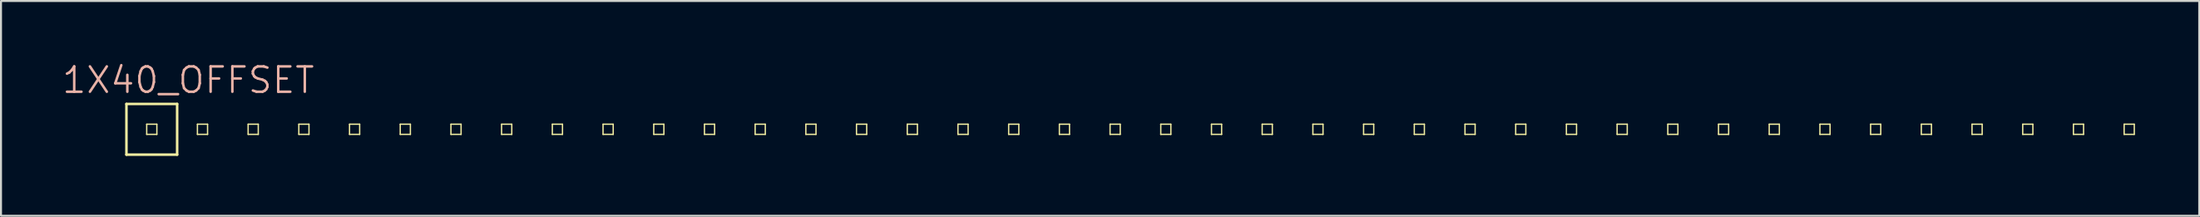
<source format=kicad_pcb>
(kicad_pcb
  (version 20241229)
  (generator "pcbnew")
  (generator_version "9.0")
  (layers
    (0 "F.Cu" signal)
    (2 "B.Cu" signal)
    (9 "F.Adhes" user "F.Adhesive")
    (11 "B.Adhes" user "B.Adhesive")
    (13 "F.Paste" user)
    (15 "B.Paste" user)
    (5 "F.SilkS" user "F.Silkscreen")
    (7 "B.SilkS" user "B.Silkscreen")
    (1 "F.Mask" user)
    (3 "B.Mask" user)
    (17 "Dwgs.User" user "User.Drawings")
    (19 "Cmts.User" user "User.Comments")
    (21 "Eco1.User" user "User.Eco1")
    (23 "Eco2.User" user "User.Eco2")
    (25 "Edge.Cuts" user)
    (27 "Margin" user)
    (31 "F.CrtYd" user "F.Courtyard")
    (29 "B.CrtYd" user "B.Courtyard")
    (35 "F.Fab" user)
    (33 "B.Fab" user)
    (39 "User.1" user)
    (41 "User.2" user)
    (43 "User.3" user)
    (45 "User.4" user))
  (footprint "1X40_OFFSET"
    (layer "F.Cu")
    (at 4.554 3.43)
    (property "Reference" "1X40_OFFSET" (at 1.829 -2.464 0) (layer "B.SilkS") (effects (font (size 1.27 1.27) (thickness 0.127))))
    (attr exclude_from_pos_files exclude_from_bom)
    (fp_line (start -1.27 -1.27) (end -1.27 1.27) (stroke (width 0.127) (type solid)) (layer "F.SilkS"))
    (fp_line (start -1.27 1.27) (end 1.27 1.27) (stroke (width 0.127) (type solid)) (layer "F.SilkS"))
    (fp_line (start -0.254 -0.254) (end 0.254 -0.254) (stroke (width 0.066) (type solid)) (layer "F.SilkS"))
    (fp_line (start -0.254 0.254) (end -0.254 -0.254) (stroke (width 0.066) (type solid)) (layer "F.SilkS"))
    (fp_line (start -0.254 0.254) (end 0.254 0.254) (stroke (width 0.066) (type solid)) (layer "F.SilkS"))
    (fp_line (start 0.254 0.254) (end 0.254 -0.254) (stroke (width 0.066) (type solid)) (layer "F.SilkS"))
    (fp_line (start 1.27 -1.27) (end -1.27 -1.27) (stroke (width 0.127) (type solid)) (layer "F.SilkS"))
    (fp_line (start 1.27 1.27) (end 1.27 -1.27) (stroke (width 0.127) (type solid)) (layer "F.SilkS"))
    (fp_line (start 2.286 -0.254) (end 2.794 -0.254) (stroke (width 0.066) (type solid)) (layer "F.SilkS"))
    (fp_line (start 2.286 0.254) (end 2.286 -0.254) (stroke (width 0.066) (type solid)) (layer "F.SilkS"))
    (fp_line (start 2.286 0.254) (end 2.794 0.254) (stroke (width 0.066) (type solid)) (layer "F.SilkS"))
    (fp_line (start 2.794 0.254) (end 2.794 -0.254) (stroke (width 0.066) (type solid)) (layer "F.SilkS"))
    (fp_line (start 4.826 -0.254) (end 5.334 -0.254) (stroke (width 0.066) (type solid)) (layer "F.SilkS"))
    (fp_line (start 4.826 0.254) (end 4.826 -0.254) (stroke (width 0.066) (type solid)) (layer "F.SilkS"))
    (fp_line (start 4.826 0.254) (end 5.334 0.254) (stroke (width 0.066) (type solid)) (layer "F.SilkS"))
    (fp_line (start 5.334 0.254) (end 5.334 -0.254) (stroke (width 0.066) (type solid)) (layer "F.SilkS"))
    (fp_line (start 7.366 -0.254) (end 7.874 -0.254) (stroke (width 0.066) (type solid)) (layer "F.SilkS"))
    (fp_line (start 7.366 0.254) (end 7.366 -0.254) (stroke (width 0.066) (type solid)) (layer "F.SilkS"))
    (fp_line (start 7.366 0.254) (end 7.874 0.254) (stroke (width 0.066) (type solid)) (layer "F.SilkS"))
    (fp_line (start 7.874 0.254) (end 7.874 -0.254) (stroke (width 0.066) (type solid)) (layer "F.SilkS"))
    (fp_line (start 9.906 -0.254) (end 10.414 -0.254) (stroke (width 0.066) (type solid)) (layer "F.SilkS"))
    (fp_line (start 9.906 0.254) (end 9.906 -0.254) (stroke (width 0.066) (type solid)) (layer "F.SilkS"))
    (fp_line (start 9.906 0.254) (end 10.414 0.254) (stroke (width 0.066) (type solid)) (layer "F.SilkS"))
    (fp_line (start 10.414 0.254) (end 10.414 -0.254) (stroke (width 0.066) (type solid)) (layer "F.SilkS"))
    (fp_line (start 12.446 -0.254) (end 12.954 -0.254) (stroke (width 0.066) (type solid)) (layer "F.SilkS"))
    (fp_line (start 12.446 0.254) (end 12.446 -0.254) (stroke (width 0.066) (type solid)) (layer "F.SilkS"))
    (fp_line (start 12.446 0.254) (end 12.954 0.254) (stroke (width 0.066) (type solid)) (layer "F.SilkS"))
    (fp_line (start 12.954 0.254) (end 12.954 -0.254) (stroke (width 0.066) (type solid)) (layer "F.SilkS"))
    (fp_line (start 14.986 -0.254) (end 15.494 -0.254) (stroke (width 0.066) (type solid)) (layer "F.SilkS"))
    (fp_line (start 14.986 0.254) (end 14.986 -0.254) (stroke (width 0.066) (type solid)) (layer "F.SilkS"))
    (fp_line (start 14.986 0.254) (end 15.494 0.254) (stroke (width 0.066) (type solid)) (layer "F.SilkS"))
    (fp_line (start 15.494 0.254) (end 15.494 -0.254) (stroke (width 0.066) (type solid)) (layer "F.SilkS"))
    (fp_line (start 17.523 -0.254) (end 18.034 -0.254) (stroke (width 0.066) (type solid)) (layer "F.SilkS"))
    (fp_line (start 17.523 0.254) (end 17.523 -0.254) (stroke (width 0.066) (type solid)) (layer "F.SilkS"))
    (fp_line (start 17.523 0.254) (end 18.034 0.254) (stroke (width 0.066) (type solid)) (layer "F.SilkS"))
    (fp_line (start 18.034 0.254) (end 18.034 -0.254) (stroke (width 0.066) (type solid)) (layer "F.SilkS"))
    (fp_line (start 20.066 -0.254) (end 20.574 -0.254) (stroke (width 0.066) (type solid)) (layer "F.SilkS"))
    (fp_line (start 20.066 0.254) (end 20.066 -0.254) (stroke (width 0.066) (type solid)) (layer "F.SilkS"))
    (fp_line (start 20.066 0.254) (end 20.574 0.254) (stroke (width 0.066) (type solid)) (layer "F.SilkS"))
    (fp_line (start 20.574 0.254) (end 20.574 -0.254) (stroke (width 0.066) (type solid)) (layer "F.SilkS"))
    (fp_line (start 22.606 -0.254) (end 23.114 -0.254) (stroke (width 0.066) (type solid)) (layer "F.SilkS"))
    (fp_line (start 22.606 0.254) (end 22.606 -0.254) (stroke (width 0.066) (type solid)) (layer "F.SilkS"))
    (fp_line (start 22.606 0.254) (end 23.114 0.254) (stroke (width 0.066) (type solid)) (layer "F.SilkS"))
    (fp_line (start 23.114 0.254) (end 23.114 -0.254) (stroke (width 0.066) (type solid)) (layer "F.SilkS"))
    (fp_line (start 25.146 -0.254) (end 25.654 -0.254) (stroke (width 0.066) (type solid)) (layer "F.SilkS"))
    (fp_line (start 25.146 0.254) (end 25.146 -0.254) (stroke (width 0.066) (type solid)) (layer "F.SilkS"))
    (fp_line (start 25.146 0.254) (end 25.654 0.254) (stroke (width 0.066) (type solid)) (layer "F.SilkS"))
    (fp_line (start 25.654 0.254) (end 25.654 -0.254) (stroke (width 0.066) (type solid)) (layer "F.SilkS"))
    (fp_line (start 27.686 -0.254) (end 28.194 -0.254) (stroke (width 0.066) (type solid)) (layer "F.SilkS"))
    (fp_line (start 27.686 0.254) (end 27.686 -0.254) (stroke (width 0.066) (type solid)) (layer "F.SilkS"))
    (fp_line (start 27.686 0.254) (end 28.194 0.254) (stroke (width 0.066) (type solid)) (layer "F.SilkS"))
    (fp_line (start 28.194 0.254) (end 28.194 -0.254) (stroke (width 0.066) (type solid)) (layer "F.SilkS"))
    (fp_line (start 30.226 -0.254) (end 30.734 -0.254) (stroke (width 0.066) (type solid)) (layer "F.SilkS"))
    (fp_line (start 30.226 0.254) (end 30.226 -0.254) (stroke (width 0.066) (type solid)) (layer "F.SilkS"))
    (fp_line (start 30.226 0.254) (end 30.734 0.254) (stroke (width 0.066) (type solid)) (layer "F.SilkS"))
    (fp_line (start 30.734 0.254) (end 30.734 -0.254) (stroke (width 0.066) (type solid)) (layer "F.SilkS"))
    (fp_line (start 32.766 -0.254) (end 33.274 -0.254) (stroke (width 0.066) (type solid)) (layer "F.SilkS"))
    (fp_line (start 32.766 0.254) (end 32.766 -0.254) (stroke (width 0.066) (type solid)) (layer "F.SilkS"))
    (fp_line (start 32.766 0.254) (end 33.274 0.254) (stroke (width 0.066) (type solid)) (layer "F.SilkS"))
    (fp_line (start 33.274 0.254) (end 33.274 -0.254) (stroke (width 0.066) (type solid)) (layer "F.SilkS"))
    (fp_line (start 35.303 -0.254) (end 35.814 -0.254) (stroke (width 0.066) (type solid)) (layer "F.SilkS"))
    (fp_line (start 35.303 0.254) (end 35.303 -0.254) (stroke (width 0.066) (type solid)) (layer "F.SilkS"))
    (fp_line (start 35.303 0.254) (end 35.814 0.254) (stroke (width 0.066) (type solid)) (layer "F.SilkS"))
    (fp_line (start 35.814 0.254) (end 35.814 -0.254) (stroke (width 0.066) (type solid)) (layer "F.SilkS"))
    (fp_line (start 37.846 -0.254) (end 38.354 -0.254) (stroke (width 0.066) (type solid)) (layer "F.SilkS"))
    (fp_line (start 37.846 0.254) (end 37.846 -0.254) (stroke (width 0.066) (type solid)) (layer "F.SilkS"))
    (fp_line (start 37.846 0.254) (end 38.354 0.254) (stroke (width 0.066) (type solid)) (layer "F.SilkS"))
    (fp_line (start 38.354 0.254) (end 38.354 -0.254) (stroke (width 0.066) (type solid)) (layer "F.SilkS"))
    (fp_line (start 40.386 -0.254) (end 40.894 -0.254) (stroke (width 0.066) (type solid)) (layer "F.SilkS"))
    (fp_line (start 40.386 0.254) (end 40.386 -0.254) (stroke (width 0.066) (type solid)) (layer "F.SilkS"))
    (fp_line (start 40.386 0.254) (end 40.894 0.254) (stroke (width 0.066) (type solid)) (layer "F.SilkS"))
    (fp_line (start 40.894 0.254) (end 40.894 -0.254) (stroke (width 0.066) (type solid)) (layer "F.SilkS"))
    (fp_line (start 42.926 -0.254) (end 43.434 -0.254) (stroke (width 0.066) (type solid)) (layer "F.SilkS"))
    (fp_line (start 42.926 0.254) (end 42.926 -0.254) (stroke (width 0.066) (type solid)) (layer "F.SilkS"))
    (fp_line (start 42.926 0.254) (end 43.434 0.254) (stroke (width 0.066) (type solid)) (layer "F.SilkS"))
    (fp_line (start 43.434 0.254) (end 43.434 -0.254) (stroke (width 0.066) (type solid)) (layer "F.SilkS"))
    (fp_line (start 45.466 -0.254) (end 45.974 -0.254) (stroke (width 0.066) (type solid)) (layer "F.SilkS"))
    (fp_line (start 45.466 0.254) (end 45.466 -0.254) (stroke (width 0.066) (type solid)) (layer "F.SilkS"))
    (fp_line (start 45.466 0.254) (end 45.974 0.254) (stroke (width 0.066) (type solid)) (layer "F.SilkS"))
    (fp_line (start 45.974 0.254) (end 45.974 -0.254) (stroke (width 0.066) (type solid)) (layer "F.SilkS"))
    (fp_line (start 48.006 -0.254) (end 48.514 -0.254) (stroke (width 0.066) (type solid)) (layer "F.SilkS"))
    (fp_line (start 48.006 0.254) (end 48.006 -0.254) (stroke (width 0.066) (type solid)) (layer "F.SilkS"))
    (fp_line (start 48.006 0.254) (end 48.514 0.254) (stroke (width 0.066) (type solid)) (layer "F.SilkS"))
    (fp_line (start 48.514 0.254) (end 48.514 -0.254) (stroke (width 0.066) (type solid)) (layer "F.SilkS"))
    (fp_line (start 50.546 -0.254) (end 51.051 -0.254) (stroke (width 0.066) (type solid)) (layer "F.SilkS"))
    (fp_line (start 50.546 0.254) (end 50.546 -0.254) (stroke (width 0.066) (type solid)) (layer "F.SilkS"))
    (fp_line (start 50.546 0.254) (end 51.051 0.254) (stroke (width 0.066) (type solid)) (layer "F.SilkS"))
    (fp_line (start 51.051 0.254) (end 51.051 -0.254) (stroke (width 0.066) (type solid)) (layer "F.SilkS"))
    (fp_line (start 53.086 -0.254) (end 53.594 -0.254) (stroke (width 0.066) (type solid)) (layer "F.SilkS"))
    (fp_line (start 53.086 0.254) (end 53.086 -0.254) (stroke (width 0.066) (type solid)) (layer "F.SilkS"))
    (fp_line (start 53.086 0.254) (end 53.594 0.254) (stroke (width 0.066) (type solid)) (layer "F.SilkS"))
    (fp_line (start 53.594 0.254) (end 53.594 -0.254) (stroke (width 0.066) (type solid)) (layer "F.SilkS"))
    (fp_line (start 55.626 -0.254) (end 56.134 -0.254) (stroke (width 0.066) (type solid)) (layer "F.SilkS"))
    (fp_line (start 55.626 0.254) (end 55.626 -0.254) (stroke (width 0.066) (type solid)) (layer "F.SilkS"))
    (fp_line (start 55.626 0.254) (end 56.134 0.254) (stroke (width 0.066) (type solid)) (layer "F.SilkS"))
    (fp_line (start 56.134 0.254) (end 56.134 -0.254) (stroke (width 0.066) (type solid)) (layer "F.SilkS"))
    (fp_line (start 58.166 -0.254) (end 58.674 -0.254) (stroke (width 0.066) (type solid)) (layer "F.SilkS"))
    (fp_line (start 58.166 0.254) (end 58.166 -0.254) (stroke (width 0.066) (type solid)) (layer "F.SilkS"))
    (fp_line (start 58.166 0.254) (end 58.674 0.254) (stroke (width 0.066) (type solid)) (layer "F.SilkS"))
    (fp_line (start 58.674 0.254) (end 58.674 -0.254) (stroke (width 0.066) (type solid)) (layer "F.SilkS"))
    (fp_line (start 60.706 -0.254) (end 61.214 -0.254) (stroke (width 0.066) (type solid)) (layer "F.SilkS"))
    (fp_line (start 60.706 0.254) (end 60.706 -0.254) (stroke (width 0.066) (type solid)) (layer "F.SilkS"))
    (fp_line (start 60.706 0.254) (end 61.214 0.254) (stroke (width 0.066) (type solid)) (layer "F.SilkS"))
    (fp_line (start 61.214 0.254) (end 61.214 -0.254) (stroke (width 0.066) (type solid)) (layer "F.SilkS"))
    (fp_line (start 63.246 -0.254) (end 63.751 -0.254) (stroke (width 0.066) (type solid)) (layer "F.SilkS"))
    (fp_line (start 63.246 0.254) (end 63.246 -0.254) (stroke (width 0.066) (type solid)) (layer "F.SilkS"))
    (fp_line (start 63.246 0.254) (end 63.751 0.254) (stroke (width 0.066) (type solid)) (layer "F.SilkS"))
    (fp_line (start 63.751 0.254) (end 63.751 -0.254) (stroke (width 0.066) (type solid)) (layer "F.SilkS"))
    (fp_line (start 65.786 -0.254) (end 66.294 -0.254) (stroke (width 0.066) (type solid)) (layer "F.SilkS"))
    (fp_line (start 65.786 0.254) (end 65.786 -0.254) (stroke (width 0.066) (type solid)) (layer "F.SilkS"))
    (fp_line (start 65.786 0.254) (end 66.294 0.254) (stroke (width 0.066) (type solid)) (layer "F.SilkS"))
    (fp_line (start 66.294 0.254) (end 66.294 -0.254) (stroke (width 0.066) (type solid)) (layer "F.SilkS"))
    (fp_line (start 68.326 -0.254) (end 68.834 -0.254) (stroke (width 0.066) (type solid)) (layer "F.SilkS"))
    (fp_line (start 68.326 0.254) (end 68.326 -0.254) (stroke (width 0.066) (type solid)) (layer "F.SilkS"))
    (fp_line (start 68.326 0.254) (end 68.834 0.254) (stroke (width 0.066) (type solid)) (layer "F.SilkS"))
    (fp_line (start 68.834 0.254) (end 68.834 -0.254) (stroke (width 0.066) (type solid)) (layer "F.SilkS"))
    (fp_line (start 70.866 -0.254) (end 71.374 -0.254) (stroke (width 0.066) (type solid)) (layer "F.SilkS"))
    (fp_line (start 70.866 0.254) (end 70.866 -0.254) (stroke (width 0.066) (type solid)) (layer "F.SilkS"))
    (fp_line (start 70.866 0.254) (end 71.374 0.254) (stroke (width 0.066) (type solid)) (layer "F.SilkS"))
    (fp_line (start 71.374 0.254) (end 71.374 -0.254) (stroke (width 0.066) (type solid)) (layer "F.SilkS"))
    (fp_line (start 73.406 -0.254) (end 73.914 -0.254) (stroke (width 0.066) (type solid)) (layer "F.SilkS"))
    (fp_line (start 73.406 0.254) (end 73.406 -0.254) (stroke (width 0.066) (type solid)) (layer "F.SilkS"))
    (fp_line (start 73.406 0.254) (end 73.914 0.254) (stroke (width 0.066) (type solid)) (layer "F.SilkS"))
    (fp_line (start 73.914 0.254) (end 73.914 -0.254) (stroke (width 0.066) (type solid)) (layer "F.SilkS"))
    (fp_line (start 75.946 -0.254) (end 76.451 -0.254) (stroke (width 0.066) (type solid)) (layer "F.SilkS"))
    (fp_line (start 75.946 0.254) (end 75.946 -0.254) (stroke (width 0.066) (type solid)) (layer "F.SilkS"))
    (fp_line (start 75.946 0.254) (end 76.451 0.254) (stroke (width 0.066) (type solid)) (layer "F.SilkS"))
    (fp_line (start 76.451 0.254) (end 76.451 -0.254) (stroke (width 0.066) (type solid)) (layer "F.SilkS"))
    (fp_line (start 78.486 -0.254) (end 78.994 -0.254) (stroke (width 0.066) (type solid)) (layer "F.SilkS"))
    (fp_line (start 78.486 0.254) (end 78.486 -0.254) (stroke (width 0.066) (type solid)) (layer "F.SilkS"))
    (fp_line (start 78.486 0.254) (end 78.994 0.254) (stroke (width 0.066) (type solid)) (layer "F.SilkS"))
    (fp_line (start 78.994 0.254) (end 78.994 -0.254) (stroke (width 0.066) (type solid)) (layer "F.SilkS"))
    (fp_line (start 81.026 -0.254) (end 81.534 -0.254) (stroke (width 0.066) (type solid)) (layer "F.SilkS"))
    (fp_line (start 81.026 0.254) (end 81.026 -0.254) (stroke (width 0.066) (type solid)) (layer "F.SilkS"))
    (fp_line (start 81.026 0.254) (end 81.534 0.254) (stroke (width 0.066) (type solid)) (layer "F.SilkS"))
    (fp_line (start 81.534 0.254) (end 81.534 -0.254) (stroke (width 0.066) (type solid)) (layer "F.SilkS"))
    (fp_line (start 83.566 -0.254) (end 84.074 -0.254) (stroke (width 0.066) (type solid)) (layer "F.SilkS"))
    (fp_line (start 83.566 0.254) (end 83.566 -0.254) (stroke (width 0.066) (type solid)) (layer "F.SilkS"))
    (fp_line (start 83.566 0.254) (end 84.074 0.254) (stroke (width 0.066) (type solid)) (layer "F.SilkS"))
    (fp_line (start 84.074 0.254) (end 84.074 -0.254) (stroke (width 0.066) (type solid)) (layer "F.SilkS"))
    (fp_line (start 86.106 -0.254) (end 86.614 -0.254) (stroke (width 0.066) (type solid)) (layer "F.SilkS"))
    (fp_line (start 86.106 0.254) (end 86.106 -0.254) (stroke (width 0.066) (type solid)) (layer "F.SilkS"))
    (fp_line (start 86.106 0.254) (end 86.614 0.254) (stroke (width 0.066) (type solid)) (layer "F.SilkS"))
    (fp_line (start 86.614 0.254) (end 86.614 -0.254) (stroke (width 0.066) (type solid)) (layer "F.SilkS"))
    (fp_line (start 88.646 -0.254) (end 89.154 -0.254) (stroke (width 0.066) (type solid)) (layer "F.SilkS"))
    (fp_line (start 88.646 0.254) (end 88.646 -0.254) (stroke (width 0.066) (type solid)) (layer "F.SilkS"))
    (fp_line (start 88.646 0.254) (end 89.154 0.254) (stroke (width 0.066) (type solid)) (layer "F.SilkS"))
    (fp_line (start 89.154 0.254) (end 89.154 -0.254) (stroke (width 0.066) (type solid)) (layer "F.SilkS"))
    (fp_line (start 91.186 -0.254) (end 91.694 -0.254) (stroke (width 0.066) (type solid)) (layer "F.SilkS"))
    (fp_line (start 91.186 0.254) (end 91.186 -0.254) (stroke (width 0.066) (type solid)) (layer "F.SilkS"))
    (fp_line (start 91.186 0.254) (end 91.694 0.254) (stroke (width 0.066) (type solid)) (layer "F.SilkS"))
    (fp_line (start 91.694 0.254) (end 91.694 -0.254) (stroke (width 0.066) (type solid)) (layer "F.SilkS"))
    (fp_line (start 93.726 -0.254) (end 94.234 -0.254) (stroke (width 0.066) (type solid)) (layer "F.SilkS"))
    (fp_line (start 93.726 0.254) (end 93.726 -0.254) (stroke (width 0.066) (type solid)) (layer "F.SilkS"))
    (fp_line (start 93.726 0.254) (end 94.234 0.254) (stroke (width 0.066) (type solid)) (layer "F.SilkS"))
    (fp_line (start 94.234 0.254) (end 94.234 -0.254) (stroke (width 0.066) (type solid)) (layer "F.SilkS"))
    (fp_line (start 96.266 -0.254) (end 96.774 -0.254) (stroke (width 0.066) (type solid)) (layer "F.SilkS"))
    (fp_line (start 96.266 0.254) (end 96.266 -0.254) (stroke (width 0.066) (type solid)) (layer "F.SilkS"))
    (fp_line (start 96.266 0.254) (end 96.774 0.254) (stroke (width 0.066) (type solid)) (layer "F.SilkS"))
    (fp_line (start 96.774 0.254) (end 96.774 -0.254) (stroke (width 0.066) (type solid)) (layer "F.SilkS"))
    (fp_line (start 98.806 -0.254) (end 99.314 -0.254) (stroke (width 0.066) (type solid)) (layer "F.SilkS"))
    (fp_line (start 98.806 0.254) (end 98.806 -0.254) (stroke (width 0.066) (type solid)) (layer "F.SilkS"))
    (fp_line (start 98.806 0.254) (end 99.314 0.254) (stroke (width 0.066) (type solid)) (layer "F.SilkS"))
    (fp_line (start 99.314 0.254) (end 99.314 -0.254) (stroke (width 0.066) (type solid)) (layer "F.SilkS"))
    (pad "1" thru_hole rect (at 0 0) (size 0.001 0.001) (drill 1.016) (layers "*.Cu" "F.Mask" "F.SilkS" "F.Paste"))
    (pad "2" thru_hole rect (at 2.54 0) (size 0.001 0.001) (drill 1.016) (layers "*.Cu" "F.Mask" "F.SilkS" "F.Paste"))
    (pad "3" thru_hole rect (at 5.08 0) (size 0.001 0.001) (drill 1.016) (layers "*.Cu" "F.Mask" "F.SilkS" "F.Paste"))
    (pad "4" thru_hole rect (at 7.62 0) (size 0.001 0.001) (drill 1.016) (layers "*.Cu" "F.Mask" "F.SilkS" "F.Paste"))
    (pad "5" thru_hole rect (at 10.16 0) (size 0.001 0.001) (drill 1.016) (layers "*.Cu" "F.Mask" "F.SilkS" "F.Paste"))
    (pad "6" thru_hole rect (at 12.7 0) (size 0.001 0.001) (drill 1.016) (layers "*.Cu" "F.Mask" "F.SilkS" "F.Paste"))
    (pad "7" thru_hole rect (at 15.24 0) (size 0.001 0.001) (drill 1.016) (layers "*.Cu" "F.Mask" "F.SilkS" "F.Paste"))
    (pad "8" thru_hole rect (at 17.78 0) (size 0.001 0.001) (drill 1.016) (layers "*.Cu" "F.Mask" "F.SilkS" "F.Paste"))
    (pad "9" thru_hole rect (at 20.32 0) (size 0.001 0.001) (drill 1.016) (layers "*.Cu" "F.Mask" "F.SilkS" "F.Paste"))
    (pad "10" thru_hole rect (at 22.86 0) (size 0.001 0.001) (drill 1.016) (layers "*.Cu" "F.Mask" "F.SilkS" "F.Paste"))
    (pad "11" thru_hole rect (at 25.4 0) (size 0.001 0.001) (drill 1.016) (layers "*.Cu" "F.Mask" "F.SilkS" "F.Paste"))
    (pad "12" thru_hole rect (at 27.94 0) (size 0.001 0.001) (drill 1.016) (layers "*.Cu" "F.Mask" "F.SilkS" "F.Paste"))
    (pad "13" thru_hole rect (at 30.48 0) (size 0.001 0.001) (drill 1.016) (layers "*.Cu" "F.Mask" "F.SilkS" "F.Paste"))
    (pad "14" thru_hole rect (at 33.02 0) (size 0.001 0.001) (drill 1.016) (layers "*.Cu" "F.Mask" "F.SilkS" "F.Paste"))
    (pad "15" thru_hole rect (at 35.56 0) (size 0.001 0.001) (drill 1.016) (layers "*.Cu" "F.Mask" "F.SilkS" "F.Paste"))
    (pad "16" thru_hole rect (at 38.1 0) (size 0.001 0.001) (drill 1.016) (layers "*.Cu" "F.Mask" "F.SilkS" "F.Paste"))
    (pad "17" thru_hole rect (at 40.64 0) (size 0.001 0.001) (drill 1.016) (layers "*.Cu" "F.Mask" "F.SilkS" "F.Paste"))
    (pad "18" thru_hole rect (at 43.18 0) (size 0.001 0.001) (drill 1.016) (layers "*.Cu" "F.Mask" "F.SilkS" "F.Paste"))
    (pad "19" thru_hole rect (at 45.72 0) (size 0.001 0.001) (drill 1.016) (layers "*.Cu" "F.Mask" "F.SilkS" "F.Paste"))
    (pad "20" thru_hole rect (at 48.26 0) (size 0.001 0.001) (drill 1.016) (layers "*.Cu" "F.Mask" "F.SilkS" "F.Paste"))
    (pad "21" thru_hole rect (at 50.8 0) (size 0.001 0.001) (drill 1.016) (layers "*.Cu" "F.Mask" "F.SilkS" "F.Paste"))
    (pad "22" thru_hole rect (at 53.34 0) (size 0.001 0.001) (drill 1.016) (layers "*.Cu" "F.Mask" "F.SilkS" "F.Paste"))
    (pad "23" thru_hole rect (at 55.88 0) (size 0.001 0.001) (drill 1.016) (layers "*.Cu" "F.Mask" "F.SilkS" "F.Paste"))
    (pad "24" thru_hole rect (at 58.42 0) (size 0.001 0.001) (drill 1.016) (layers "*.Cu" "F.Mask" "F.SilkS" "F.Paste"))
    (pad "25" thru_hole rect (at 60.96 0) (size 0.001 0.001) (drill 1.016) (layers "*.Cu" "F.Mask" "F.SilkS" "F.Paste"))
    (pad "26" thru_hole rect (at 63.5 0) (size 0.001 0.001) (drill 1.016) (layers "*.Cu" "F.Mask" "F.SilkS" "F.Paste"))
    (pad "27" thru_hole rect (at 66.04 0) (size 0.001 0.001) (drill 1.016) (layers "*.Cu" "F.Mask" "F.SilkS" "F.Paste"))
    (pad "28" thru_hole rect (at 68.58 0) (size 0.001 0.001) (drill 1.016) (layers "*.Cu" "F.Mask" "F.SilkS" "F.Paste"))
    (pad "29" thru_hole rect (at 71.12 0) (size 0.001 0.001) (drill 1.016) (layers "*.Cu" "F.Mask" "F.SilkS" "F.Paste"))
    (pad "30" thru_hole rect (at 73.66 0) (size 0.001 0.001) (drill 1.016) (layers "*.Cu" "F.Mask" "F.SilkS" "F.Paste"))
    (pad "31" thru_hole rect (at 76.2 0) (size 0.001 0.001) (drill 1.016) (layers "*.Cu" "F.Mask" "F.SilkS" "F.Paste"))
    (pad "32" thru_hole rect (at 78.74 0) (size 0.001 0.001) (drill 1.016) (layers "*.Cu" "F.Mask" "F.SilkS" "F.Paste"))
    (pad "33" thru_hole rect (at 81.28 0) (size 0.001 0.001) (drill 1.016) (layers "*.Cu" "F.Mask" "F.SilkS" "F.Paste"))
    (pad "34" thru_hole rect (at 83.82 0) (size 0.001 0.001) (drill 1.016) (layers "*.Cu" "F.Mask" "F.SilkS" "F.Paste"))
    (pad "35" thru_hole rect (at 86.36 0) (size 0.001 0.001) (drill 1.016) (layers "*.Cu" "F.Mask" "F.SilkS" "F.Paste"))
    (pad "36" thru_hole rect (at 88.9 0) (size 0.001 0.001) (drill 1.016) (layers "*.Cu" "F.Mask" "F.SilkS" "F.Paste"))
    (pad "37" thru_hole rect (at 91.44 0) (size 0.001 0.001) (drill 1.016) (layers "*.Cu" "F.Mask" "F.SilkS" "F.Paste"))
    (pad "38" thru_hole rect (at 93.98 0) (size 0.001 0.001) (drill 1.016) (layers "*.Cu" "F.Mask" "F.SilkS" "F.Paste"))
    (pad "39" thru_hole rect (at 96.52 0) (size 0.001 0.001) (drill 1.016) (layers "*.Cu" "F.Mask" "F.SilkS" "F.Paste"))
    (pad "40" thru_hole rect (at 99.06 0) (size 0.001 0.001) (drill 1.016) (layers "*.Cu" "F.Mask" "F.SilkS" "F.Paste")))
  (gr_rect
    (start -3 -3)
    (end 107.122 7.763)
    (stroke (width 0.1) (type default))
    (fill no)
    (layer "Edge.Cuts")))
</source>
